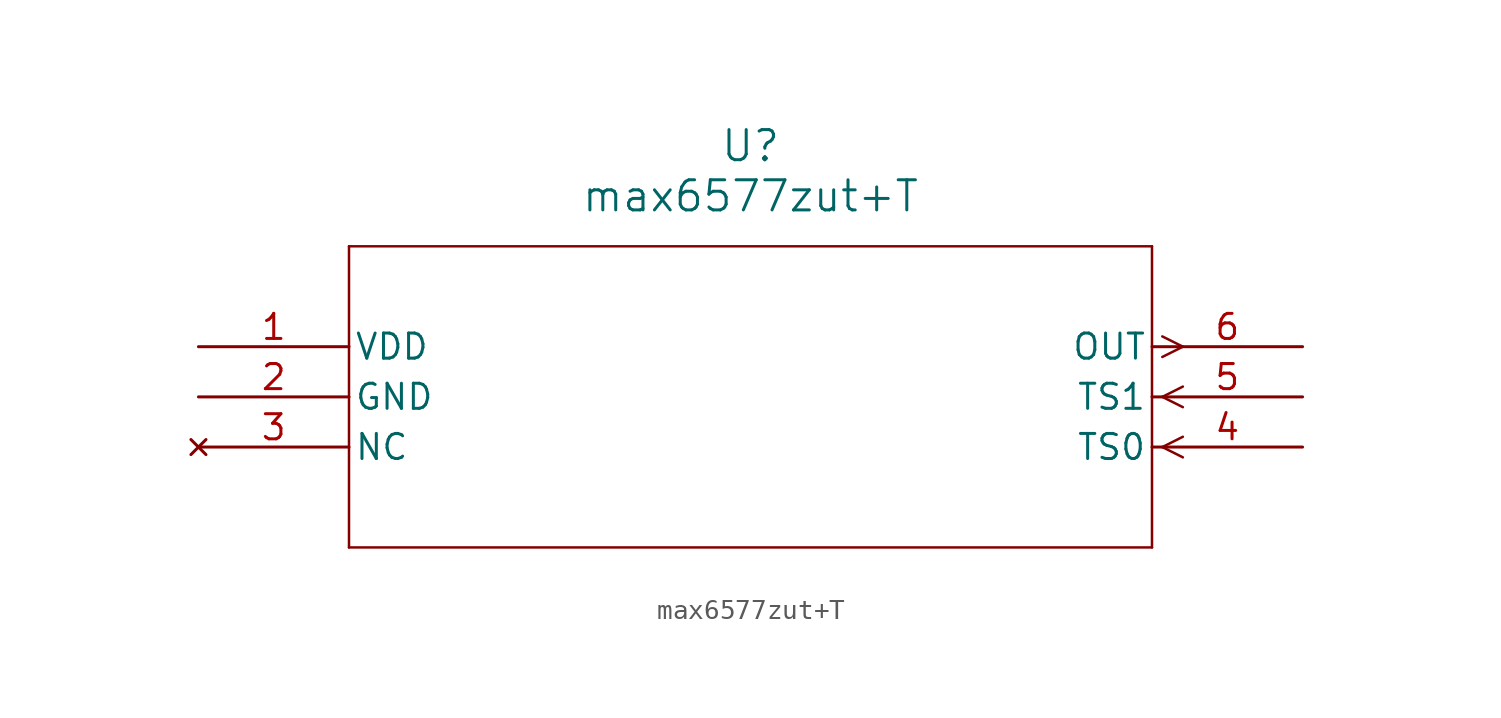
<source format=kicad_sym>
(kicad_symbol_lib
  (version 20211014)
  (generator kicad_symbol_editor)
  (symbol "max6577zut+T"
    (pin_names
      (offset 0.254))
    (property "Reference" "U"
      (at 27.94 10.16 0)
      (effects (font (size 1.524 1.524))))
    (property "Value" "max6577zut+T"
      (at 27.94 7.62 0)
      (effects (font (size 1.524 1.524))))
    (symbol "max6577zut+T_0_1"
      (polyline (pts (xy 48.781 -5.08) (xy 49.822 -4.559)) (stroke (width 0.127) (type default) (color 0 0 0 0)) (fill (type none)))
      (polyline (pts (xy 48.781 -5.08) (xy 49.822 -5.601)) (stroke (width 0.127) (type default) (color 0 0 0 0)) (fill (type none)))
      (polyline (pts (xy 48.781 -2.54) (xy 49.822 -2.019)) (stroke (width 0.127) (type default) (color 0 0 0 0)) (fill (type none)))
      (polyline (pts (xy 48.781 -2.54) (xy 49.822 -3.061)) (stroke (width 0.127) (type default) (color 0 0 0 0)) (fill (type none)))
      (polyline (pts (xy 48.781 0.521) (xy 49.822 0)) (stroke (width 0.127) (type default) (color 0 0 0 0)) (fill (type none)))
      (polyline (pts (xy 48.781 -0.521) (xy 49.822 0)) (stroke (width 0.127) (type default) (color 0 0 0 0)) (fill (type none)))
      (polyline (pts (xy 7.62 5.08) (xy 7.62 -10.16)) (stroke (width 0.127) (type default) (color 0 0 0 0)) (fill (type none)))
      (polyline (pts (xy 7.62 -10.16) (xy 48.26 -10.16)) (stroke (width 0.127) (type default) (color 0 0 0 0)) (fill (type none)))
      (polyline (pts (xy 48.26 -10.16) (xy 48.26 5.08)) (stroke (width 0.127) (type default) (color 0 0 0 0)) (fill (type none)))
      (polyline (pts (xy 48.26 5.08) (xy 7.62 5.08)) (stroke (width 0.127) (type default) (color 0 0 0 0)) (fill (type none)))
      (pin power_in line (at 0 0 0) (length 7.62) (name "VDD" (effects (font (size 1.27 1.27)))) (number "1" (effects (font (size 1.27 1.27)))))
      (pin power_in line (at 0 -2.54 0) (length 7.62) (name "GND" (effects (font (size 1.27 1.27)))) (number "2" (effects (font (size 1.27 1.27)))))
      (pin no_connect line (at 0 -5.08 0) (length 7.62) (name "NC" (effects (font (size 1.27 1.27)))) (number "3" (effects (font (size 1.27 1.27)))))
      (pin input line (at 55.88 -5.08 180) (length 7.62) (name "TS0" (effects (font (size 1.27 1.27)))) (number "4" (effects (font (size 1.27 1.27)))))
      (pin input line (at 55.88 -2.54 180) (length 7.62) (name "TS1" (effects (font (size 1.27 1.27)))) (number "5" (effects (font (size 1.27 1.27)))))
      (pin output line (at 55.88 0 180) (length 7.62) (name "OUT" (effects (font (size 1.27 1.27)))) (number "6" (effects (font (size 1.27 1.27))))))))
</source>
